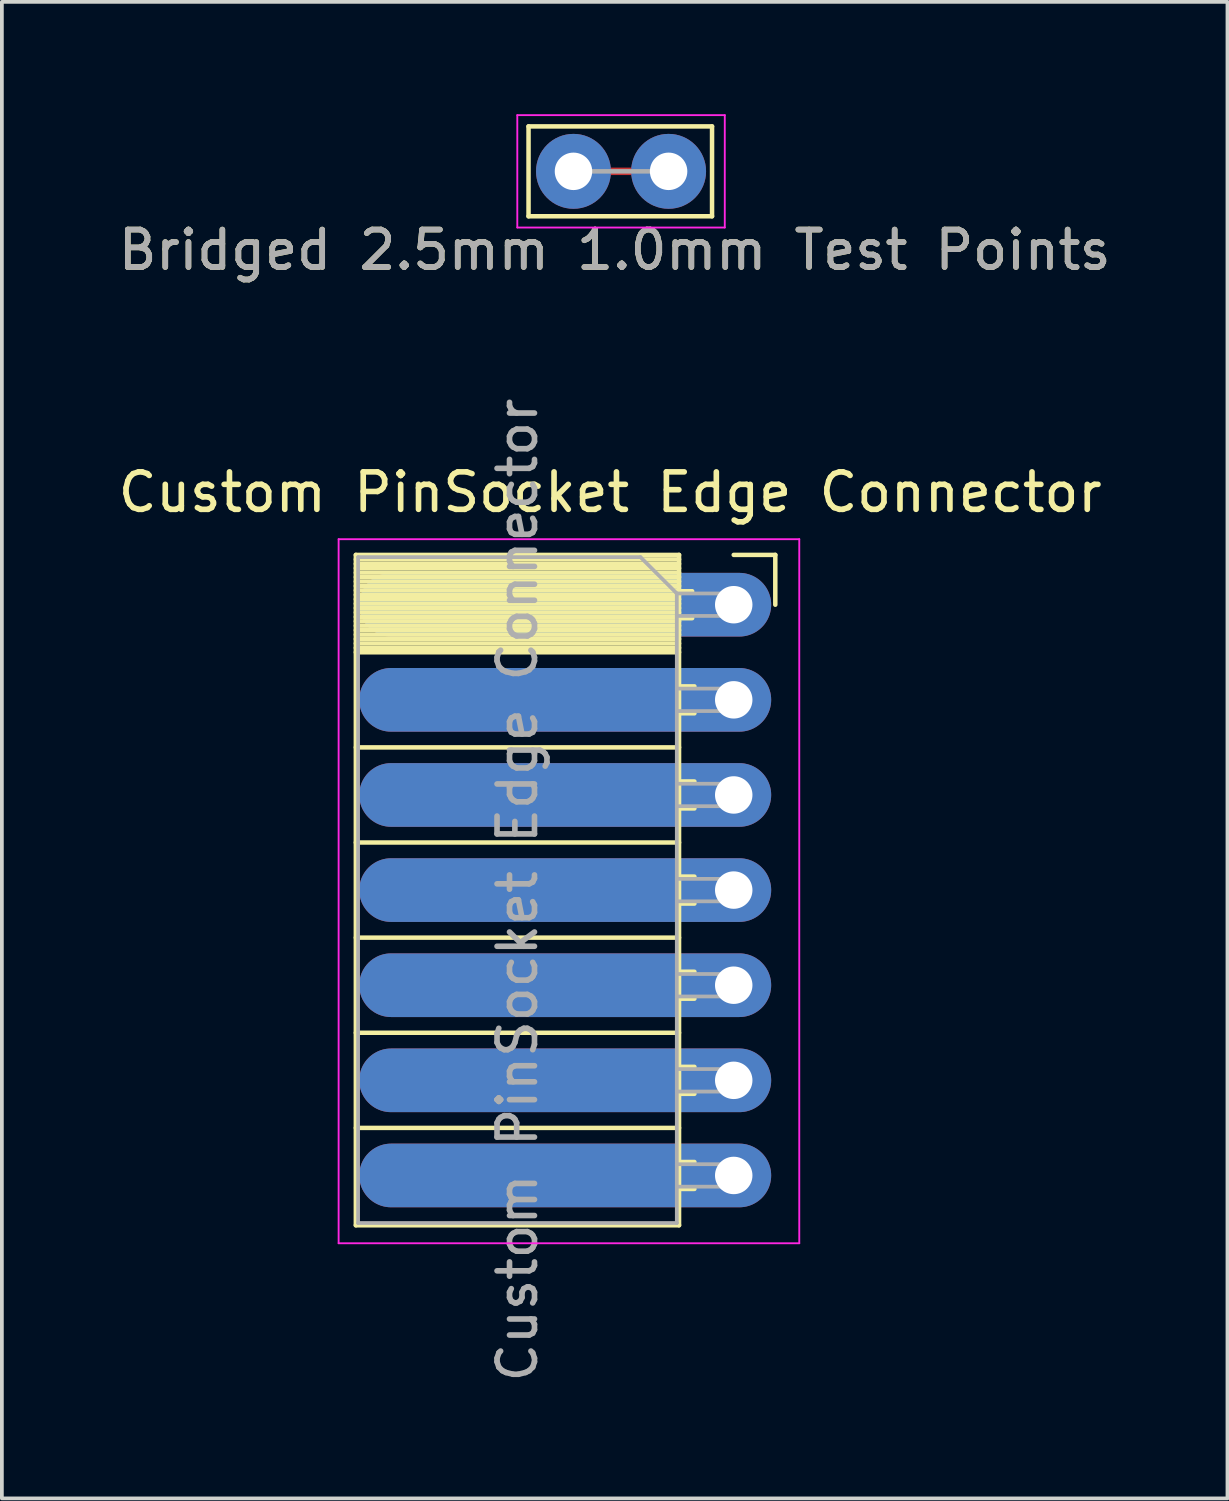
<source format=kicad_pcb>
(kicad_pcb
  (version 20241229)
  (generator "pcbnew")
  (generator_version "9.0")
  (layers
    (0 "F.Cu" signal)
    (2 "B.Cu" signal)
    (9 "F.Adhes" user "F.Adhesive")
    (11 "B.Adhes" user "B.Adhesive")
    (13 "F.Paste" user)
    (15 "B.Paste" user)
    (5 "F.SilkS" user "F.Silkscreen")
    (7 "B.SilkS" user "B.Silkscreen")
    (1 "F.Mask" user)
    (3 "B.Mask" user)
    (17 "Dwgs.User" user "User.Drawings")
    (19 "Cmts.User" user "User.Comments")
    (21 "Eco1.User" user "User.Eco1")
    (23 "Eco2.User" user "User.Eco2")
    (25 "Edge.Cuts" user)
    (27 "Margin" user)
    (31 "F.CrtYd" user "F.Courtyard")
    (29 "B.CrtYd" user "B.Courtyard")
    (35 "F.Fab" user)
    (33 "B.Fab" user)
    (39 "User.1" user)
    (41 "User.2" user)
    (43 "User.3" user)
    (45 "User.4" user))
  (footprint "Bridged 2.5mm 1.0mm Test Points"
    (layer "F.Cu")
    (at 12.263 1.525)
    (property "Reference" "Bridged 2.5mm 1.0mm Test Points" (at 1.1 2.1 0) (layer "F.SilkS") (effects (font (size 1 1) (thickness 0.15))))
    (attr through_hole)
    (fp_line (start 0 0) (end 2.54 0) (stroke (width 0.2) (type default)) (layer "F.Cu"))
    (fp_line (start -1.2 -1.2) (end -1.2 1.2) (stroke (width 0.12) (type solid)) (layer "F.SilkS"))
    (fp_line (start -1.2 1.2) (end 3.7 1.2) (stroke (width 0.12) (type solid)) (layer "F.SilkS"))
    (fp_line (start 3.7 -1.2) (end -1.2 -1.2) (stroke (width 0.12) (type solid)) (layer "F.SilkS"))
    (fp_line (start 3.7 1.2) (end 3.7 -1.2) (stroke (width 0.12) (type solid)) (layer "F.SilkS"))
    (fp_line (start -1.5 -1.5) (end -1.5 1.5) (stroke (width 0.05) (type solid)) (layer "F.CrtYd"))
    (fp_line (start -1.5 -1.5) (end 4.04 -1.5) (stroke (width 0.05) (type solid)) (layer "F.CrtYd"))
    (fp_line (start 4.04 1.5) (end -1.5 1.5) (stroke (width 0.05) (type solid)) (layer "F.CrtYd"))
    (fp_line (start 4.04 1.5) (end 4.04 -1.5) (stroke (width 0.05) (type solid)) (layer "F.CrtYd"))
    (fp_line (start 2.54 0) (end 0 0) (stroke (width 0.12) (type solid)) (layer "F.Fab"))
    (fp_text user "${REFERENCE}" (at 1.1 2.1 0) (layer "F.Fab") (effects (font (size 1 1) (thickness 0.15))))
    (pad "1" thru_hole circle (at 0 0) (size 2 2) (drill 1) (layers "*.Cu" "*.Mask"))
    (pad "2" thru_hole circle (at 2.54 0) (size 2 2) (drill 1) (layers "*.Cu" "*.Mask")))
  (footprint "Custom PinSocket Edge Connector"
    (layer "F.Cu")
    (at 16.546 13.143)
    (property "Reference" "Custom PinSocket Edge Connector" (at -3.302 -3.048 0) (layer "F.SilkS") (effects (font (size 1 1) (thickness 0.15))))
    (attr through_hole)
    (fp_line (start -10.094 -1.376) (end -10.094 16.524) (stroke (width 0.12) (type solid)) (layer "F.SilkS"))
    (fp_line (start -10.094 -1.376) (end -1.464 -1.376) (stroke (width 0.12) (type solid)) (layer "F.SilkS"))
    (fp_line (start -10.094 -1.256) (end -1.464 -1.256) (stroke (width 0.12) (type solid)) (layer "F.SilkS"))
    (fp_line (start -10.094 -1.138) (end -1.464 -1.138) (stroke (width 0.12) (type solid)) (layer "F.SilkS"))
    (fp_line (start -10.094 -1.02) (end -1.464 -1.02) (stroke (width 0.12) (type solid)) (layer "F.SilkS"))
    (fp_line (start -10.094 -0.902) (end -1.464 -0.902) (stroke (width 0.12) (type solid)) (layer "F.SilkS"))
    (fp_line (start -10.094 -0.784) (end -1.464 -0.784) (stroke (width 0.12) (type solid)) (layer "F.SilkS"))
    (fp_line (start -10.094 -0.666) (end -1.464 -0.666) (stroke (width 0.12) (type solid)) (layer "F.SilkS"))
    (fp_line (start -10.094 -0.547) (end -1.464 -0.547) (stroke (width 0.12) (type solid)) (layer "F.SilkS"))
    (fp_line (start -10.094 -0.429) (end -1.464 -0.429) (stroke (width 0.12) (type solid)) (layer "F.SilkS"))
    (fp_line (start -10.094 -0.311) (end -1.464 -0.311) (stroke (width 0.12) (type solid)) (layer "F.SilkS"))
    (fp_line (start -10.094 -0.193) (end -1.464 -0.193) (stroke (width 0.12) (type solid)) (layer "F.SilkS"))
    (fp_line (start -10.094 -0.075) (end -1.464 -0.075) (stroke (width 0.12) (type solid)) (layer "F.SilkS"))
    (fp_line (start -10.094 0.043) (end -1.464 0.043) (stroke (width 0.12) (type solid)) (layer "F.SilkS"))
    (fp_line (start -10.094 0.161) (end -1.464 0.161) (stroke (width 0.12) (type solid)) (layer "F.SilkS"))
    (fp_line (start -10.094 0.279) (end -1.464 0.279) (stroke (width 0.12) (type solid)) (layer "F.SilkS"))
    (fp_line (start -10.094 0.397) (end -1.464 0.397) (stroke (width 0.12) (type solid)) (layer "F.SilkS"))
    (fp_line (start -10.094 0.515) (end -1.464 0.515) (stroke (width 0.12) (type solid)) (layer "F.SilkS"))
    (fp_line (start -10.094 0.634) (end -1.464 0.634) (stroke (width 0.12) (type solid)) (layer "F.SilkS"))
    (fp_line (start -10.094 0.752) (end -1.464 0.752) (stroke (width 0.12) (type solid)) (layer "F.SilkS"))
    (fp_line (start -10.094 0.87) (end -1.464 0.87) (stroke (width 0.12) (type solid)) (layer "F.SilkS"))
    (fp_line (start -10.094 0.988) (end -1.464 0.988) (stroke (width 0.12) (type solid)) (layer "F.SilkS"))
    (fp_line (start -10.094 1.106) (end -1.464 1.106) (stroke (width 0.12) (type solid)) (layer "F.SilkS"))
    (fp_line (start -10.094 1.224) (end -1.464 1.224) (stroke (width 0.12) (type solid)) (layer "F.SilkS"))
    (fp_line (start -10.094 3.764) (end -1.464 3.764) (stroke (width 0.12) (type solid)) (layer "F.SilkS"))
    (fp_line (start -10.094 6.304) (end -1.464 6.304) (stroke (width 0.12) (type solid)) (layer "F.SilkS"))
    (fp_line (start -10.094 8.844) (end -1.464 8.844) (stroke (width 0.12) (type solid)) (layer "F.SilkS"))
    (fp_line (start -10.094 11.384) (end -1.464 11.384) (stroke (width 0.12) (type solid)) (layer "F.SilkS"))
    (fp_line (start -10.094 13.924) (end -1.464 13.924) (stroke (width 0.12) (type solid)) (layer "F.SilkS"))
    (fp_line (start -10.094 16.524) (end -1.464 16.524) (stroke (width 0.12) (type solid)) (layer "F.SilkS"))
    (fp_line (start -1.464 -1.376) (end -1.464 16.524) (stroke (width 0.12) (type solid)) (layer "F.SilkS"))
    (fp_line (start -1.464 -0.406) (end -1.114 -0.406) (stroke (width 0.12) (type solid)) (layer "F.SilkS"))
    (fp_line (start -1.464 0.314) (end -1.114 0.314) (stroke (width 0.12) (type solid)) (layer "F.SilkS"))
    (fp_line (start -1.464 2.134) (end -1.054 2.134) (stroke (width 0.12) (type solid)) (layer "F.SilkS"))
    (fp_line (start -1.464 2.854) (end -1.054 2.854) (stroke (width 0.12) (type solid)) (layer "F.SilkS"))
    (fp_line (start -1.464 4.674) (end -1.054 4.674) (stroke (width 0.12) (type solid)) (layer "F.SilkS"))
    (fp_line (start -1.464 5.394) (end -1.054 5.394) (stroke (width 0.12) (type solid)) (layer "F.SilkS"))
    (fp_line (start -1.464 7.214) (end -1.054 7.214) (stroke (width 0.12) (type solid)) (layer "F.SilkS"))
    (fp_line (start -1.464 7.934) (end -1.054 7.934) (stroke (width 0.12) (type solid)) (layer "F.SilkS"))
    (fp_line (start -1.464 9.754) (end -1.054 9.754) (stroke (width 0.12) (type solid)) (layer "F.SilkS"))
    (fp_line (start -1.464 10.474) (end -1.054 10.474) (stroke (width 0.12) (type solid)) (layer "F.SilkS"))
    (fp_line (start -1.464 12.294) (end -1.054 12.294) (stroke (width 0.12) (type solid)) (layer "F.SilkS"))
    (fp_line (start -1.464 13.014) (end -1.054 13.014) (stroke (width 0.12) (type solid)) (layer "F.SilkS"))
    (fp_line (start -1.464 14.834) (end -1.054 14.834) (stroke (width 0.12) (type solid)) (layer "F.SilkS"))
    (fp_line (start -1.464 15.554) (end -1.054 15.554) (stroke (width 0.12) (type solid)) (layer "F.SilkS"))
    (fp_line (start -0.004 -1.376) (end 1.106 -1.376) (stroke (width 0.12) (type solid)) (layer "F.SilkS"))
    (fp_line (start 1.106 -1.376) (end 1.106 -0.046) (stroke (width 0.12) (type solid)) (layer "F.SilkS"))
    (fp_line (start -10.554 -1.796) (end -10.554 17.004) (stroke (width 0.05) (type solid)) (layer "F.CrtYd"))
    (fp_line (start -10.554 17.004) (end 1.746 17.004) (stroke (width 0.05) (type solid)) (layer "F.CrtYd"))
    (fp_line (start 1.746 -1.796) (end -10.554 -1.796) (stroke (width 0.05) (type solid)) (layer "F.CrtYd"))
    (fp_line (start 1.746 17.004) (end 1.746 -1.796) (stroke (width 0.05) (type solid)) (layer "F.CrtYd"))
    (fp_line (start -10.034 -1.316) (end -2.494 -1.316) (stroke (width 0.1) (type solid)) (layer "F.Fab"))
    (fp_line (start -10.034 16.464) (end -10.034 -1.316) (stroke (width 0.1) (type solid)) (layer "F.Fab"))
    (fp_line (start -2.494 -1.316) (end -1.524 -0.346) (stroke (width 0.1) (type solid)) (layer "F.Fab"))
    (fp_line (start -1.524 -0.346) (end -1.524 16.464) (stroke (width 0.1) (type solid)) (layer "F.Fab"))
    (fp_line (start -1.524 0.254) (end -0.004 0.254) (stroke (width 0.1) (type solid)) (layer "F.Fab"))
    (fp_line (start -1.524 2.794) (end -0.004 2.794) (stroke (width 0.1) (type solid)) (layer "F.Fab"))
    (fp_line (start -1.524 5.334) (end -0.004 5.334) (stroke (width 0.1) (type solid)) (layer "F.Fab"))
    (fp_line (start -1.524 7.874) (end -0.004 7.874) (stroke (width 0.1) (type solid)) (layer "F.Fab"))
    (fp_line (start -1.524 10.414) (end -0.004 10.414) (stroke (width 0.1) (type solid)) (layer "F.Fab"))
    (fp_line (start -1.524 12.954) (end -0.004 12.954) (stroke (width 0.1) (type solid)) (layer "F.Fab"))
    (fp_line (start -1.524 15.494) (end -0.004 15.494) (stroke (width 0.1) (type solid)) (layer "F.Fab"))
    (fp_line (start -1.524 16.464) (end -10.034 16.464) (stroke (width 0.1) (type solid)) (layer "F.Fab"))
    (fp_line (start -0.004 -0.346) (end -1.524 -0.346) (stroke (width 0.1) (type solid)) (layer "F.Fab"))
    (fp_line (start -0.004 0.254) (end -0.004 -0.346) (stroke (width 0.1) (type solid)) (layer "F.Fab"))
    (fp_line (start -0.004 2.194) (end -1.524 2.194) (stroke (width 0.1) (type solid)) (layer "F.Fab"))
    (fp_line (start -0.004 2.794) (end -0.004 2.194) (stroke (width 0.1) (type solid)) (layer "F.Fab"))
    (fp_line (start -0.004 4.734) (end -1.524 4.734) (stroke (width 0.1) (type solid)) (layer "F.Fab"))
    (fp_line (start -0.004 5.334) (end -0.004 4.734) (stroke (width 0.1) (type solid)) (layer "F.Fab"))
    (fp_line (start -0.004 7.274) (end -1.524 7.274) (stroke (width 0.1) (type solid)) (layer "F.Fab"))
    (fp_line (start -0.004 7.874) (end -0.004 7.274) (stroke (width 0.1) (type solid)) (layer "F.Fab"))
    (fp_line (start -0.004 9.814) (end -1.524 9.814) (stroke (width 0.1) (type solid)) (layer "F.Fab"))
    (fp_line (start -0.004 10.414) (end -0.004 9.814) (stroke (width 0.1) (type solid)) (layer "F.Fab"))
    (fp_line (start -0.004 12.354) (end -1.524 12.354) (stroke (width 0.1) (type solid)) (layer "F.Fab"))
    (fp_line (start -0.004 12.954) (end -0.004 12.354) (stroke (width 0.1) (type solid)) (layer "F.Fab"))
    (fp_line (start -0.004 14.894) (end -1.524 14.894) (stroke (width 0.1) (type solid)) (layer "F.Fab"))
    (fp_line (start -0.004 15.494) (end -0.004 14.894) (stroke (width 0.1) (type solid)) (layer "F.Fab"))
    (fp_text user "${REFERENCE}" (at -5.779 7.574 90) (layer "F.Fab") (effects (font (size 1 1) (thickness 0.15))))
    (pad "1" thru_hole oval (at -0.004 -0.046) (size 11 1.7) (drill 1 (offset -4.5 0)) (layers "*.Cu" "*.Mask"))
    (pad "2" thru_hole oval (at -0.004 2.494) (size 11 1.7) (drill 1 (offset -4.5 0)) (layers "*.Cu" "*.Mask"))
    (pad "3" thru_hole oval (at -0.004 5.034) (size 11 1.7) (drill 1 (offset -4.5 0)) (layers "*.Cu" "*.Mask"))
    (pad "4" thru_hole oval (at -0.004 7.574) (size 11 1.7) (drill 1 (offset -4.5 0)) (layers "*.Cu" "*.Mask"))
    (pad "5" thru_hole oval (at -0.004 10.114) (size 11 1.7) (drill 1 (offset -4.5 0)) (layers "*.Cu" "*.Mask"))
    (pad "6" thru_hole oval (at -0.004 12.654) (size 11 1.7) (drill 1 (offset -4.5 0)) (layers "*.Cu" "*.Mask"))
    (pad "7" thru_hole oval (at -0.004 15.194) (size 11 1.7) (drill 1 (offset -4.5 0)) (layers "*.Cu" "*.Mask")))
  (gr_rect
    (start -3 -3)
    (end 29.726 36.961)
    (stroke (width 0.1) (type default))
    (fill no)
    (layer "Edge.Cuts")))
</source>
